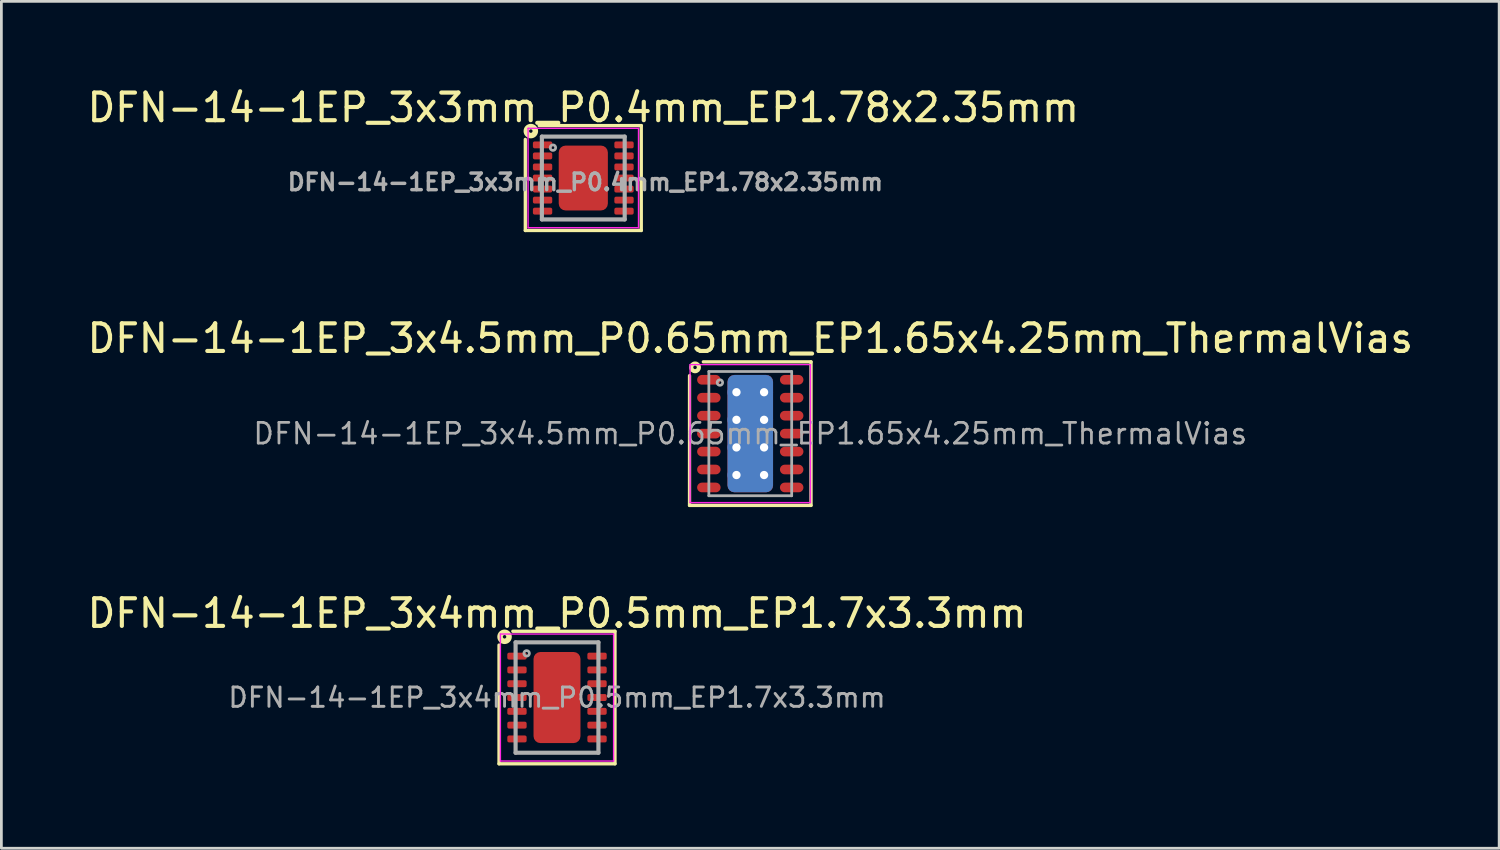
<source format=kicad_pcb>
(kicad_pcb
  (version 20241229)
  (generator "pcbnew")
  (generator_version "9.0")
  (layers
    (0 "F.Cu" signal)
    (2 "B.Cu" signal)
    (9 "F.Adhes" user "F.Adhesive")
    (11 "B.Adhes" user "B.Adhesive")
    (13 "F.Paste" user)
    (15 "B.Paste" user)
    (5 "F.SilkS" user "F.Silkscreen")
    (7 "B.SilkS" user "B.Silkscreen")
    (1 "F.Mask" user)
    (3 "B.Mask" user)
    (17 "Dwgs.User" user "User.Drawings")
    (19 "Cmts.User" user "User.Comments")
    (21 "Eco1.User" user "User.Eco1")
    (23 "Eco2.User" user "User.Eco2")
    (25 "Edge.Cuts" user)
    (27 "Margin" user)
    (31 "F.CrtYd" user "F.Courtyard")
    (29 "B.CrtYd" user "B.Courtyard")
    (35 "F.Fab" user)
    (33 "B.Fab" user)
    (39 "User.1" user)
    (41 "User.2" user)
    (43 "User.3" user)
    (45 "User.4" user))
  (footprint "DFN-14-1EP_3x4mm_P0.5mm_EP1.7x3.3mm"
    (layer "F.Cu")
    (at 17.125 22.215)
    (property "Reference" "DFN-14-1EP_3x4mm_P0.5mm_EP1.7x3.3mm" (at 0 -3.05 0) (layer "F.SilkS") (effects (font (size 1 1) (thickness 0.15))))
    (attr smd)
    (fp_line (start -2.1 2.4) (end -2.1 -1.9) (stroke (width 0.12) (type solid)) (layer "F.SilkS"))
    (fp_line (start -1.6 -2.4) (end 2.1 -2.4) (stroke (width 0.12) (type solid)) (layer "F.SilkS"))
    (fp_line (start 2.1 -2.4) (end 2.1 2.4) (stroke (width 0.12) (type solid)) (layer "F.SilkS"))
    (fp_line (start 2.1 2.4) (end -2.1 2.4) (stroke (width 0.12) (type solid)) (layer "F.SilkS"))
    (fp_circle (center -1.9 -2.2) (end -1.837 -2.2) (stroke (width 0.2) (type solid)) (fill no) (layer "F.SilkS"))
    (fp_line (start -2.05 -2.3) (end -2.05 2.3) (stroke (width 0.05) (type solid)) (layer "F.CrtYd"))
    (fp_line (start -2.05 -2.3) (end 2.05 -2.3) (stroke (width 0.05) (type solid)) (layer "F.CrtYd"))
    (fp_line (start -2.05 2.3) (end 2.05 2.3) (stroke (width 0.05) (type solid)) (layer "F.CrtYd"))
    (fp_line (start 2.05 -2.3) (end 2.05 2.3) (stroke (width 0.05) (type solid)) (layer "F.CrtYd"))
    (fp_line (start -1.5 -2) (end 1.5 -2) (stroke (width 0.15) (type solid)) (layer "F.Fab"))
    (fp_line (start -1.5 2) (end -1.5 -2) (stroke (width 0.15) (type solid)) (layer "F.Fab"))
    (fp_line (start 1.5 -2) (end 1.5 2) (stroke (width 0.15) (type solid)) (layer "F.Fab"))
    (fp_line (start 1.5 2) (end -1.5 2) (stroke (width 0.15) (type solid)) (layer "F.Fab"))
    (fp_circle (center -1.1 -1.6) (end -1 -1.6) (stroke (width 0.1) (type solid)) (fill no) (layer "F.Fab"))
    (fp_text user "${REFERENCE}" (at 0 0 0) (layer "F.Fab") (effects (font (size 0.7 0.7) (thickness 0.105))))
    (pad "" smd roundrect (at -0.425 -1.238) (size 0.685 0.67) (layers "F.Paste") (roundrect_rratio 0.25))
    (pad "" smd roundrect (at -0.425 -0.412) (size 0.685 0.67) (layers "F.Paste") (roundrect_rratio 0.25))
    (pad "" smd roundrect (at -0.425 0.412) (size 0.685 0.67) (layers "F.Paste") (roundrect_rratio 0.25))
    (pad "" smd roundrect (at -0.425 1.238) (size 0.685 0.67) (layers "F.Paste") (roundrect_rratio 0.25))
    (pad "" smd roundrect (at 0.425 -1.238) (size 0.685 0.67) (layers "F.Paste") (roundrect_rratio 0.25))
    (pad "" smd roundrect (at 0.425 -0.412) (size 0.685 0.67) (layers "F.Paste") (roundrect_rratio 0.25))
    (pad "" smd roundrect (at 0.425 0.412) (size 0.685 0.67) (layers "F.Paste") (roundrect_rratio 0.25))
    (pad "" smd roundrect (at 0.425 1.238) (size 0.685 0.67) (layers "F.Paste") (roundrect_rratio 0.25))
    (pad "1" smd roundrect (at -1.45 -1.5) (size 0.7 0.25) (layers "F.Cu" "F.Mask" "F.Paste") (roundrect_rratio 0.25))
    (pad "2" smd roundrect (at -1.45 -1) (size 0.7 0.25) (layers "F.Cu" "F.Mask" "F.Paste") (roundrect_rratio 0.25))
    (pad "3" smd roundrect (at -1.45 -0.5) (size 0.7 0.25) (layers "F.Cu" "F.Mask" "F.Paste") (roundrect_rratio 0.25))
    (pad "4" smd roundrect (at -1.45 0) (size 0.7 0.25) (layers "F.Cu" "F.Mask" "F.Paste") (roundrect_rratio 0.25))
    (pad "5" smd roundrect (at -1.45 0.5) (size 0.7 0.25) (layers "F.Cu" "F.Mask" "F.Paste") (roundrect_rratio 0.25))
    (pad "6" smd roundrect (at -1.45 1) (size 0.7 0.25) (layers "F.Cu" "F.Mask" "F.Paste") (roundrect_rratio 0.25))
    (pad "7" smd roundrect (at -1.45 1.5) (size 0.7 0.25) (layers "F.Cu" "F.Mask" "F.Paste") (roundrect_rratio 0.25))
    (pad "8" smd roundrect (at 1.45 1.5) (size 0.7 0.25) (layers "F.Cu" "F.Mask" "F.Paste") (roundrect_rratio 0.25))
    (pad "9" smd roundrect (at 1.45 1) (size 0.7 0.25) (layers "F.Cu" "F.Mask" "F.Paste") (roundrect_rratio 0.25))
    (pad "10" smd roundrect (at 1.45 0.5) (size 0.7 0.25) (layers "F.Cu" "F.Mask" "F.Paste") (roundrect_rratio 0.25))
    (pad "11" smd roundrect (at 1.45 0) (size 0.7 0.25) (layers "F.Cu" "F.Mask" "F.Paste") (roundrect_rratio 0.25))
    (pad "12" smd roundrect (at 1.45 -0.5) (size 0.7 0.25) (layers "F.Cu" "F.Mask" "F.Paste") (roundrect_rratio 0.25))
    (pad "13" smd roundrect (at 1.45 -1) (size 0.7 0.25) (layers "F.Cu" "F.Mask" "F.Paste") (roundrect_rratio 0.25))
    (pad "14" smd roundrect (at 1.45 -1.5) (size 0.7 0.25) (layers "F.Cu" "F.Mask" "F.Paste") (roundrect_rratio 0.25))
    (pad "15" smd roundrect (at 0 0) (size 1.7 3.3) (layers "F.Cu" "F.Mask") (roundrect_rratio 0.147)))
  (footprint "DFN-14-1EP_3x4.5mm_P0.65mm_EP1.65x4.25mm_ThermalVias"
    (layer "F.Cu")
    (at 24.125 12.656)
    (property "Reference" "DFN-14-1EP_3x4.5mm_P0.65mm_EP1.65x4.25mm_ThermalVias" (at 0 -3.45 0) (layer "F.SilkS") (effects (font (size 1 1) (thickness 0.15))))
    (attr smd)
    (fp_line (start -2.2 2.6) (end -2.2 -2.1) (stroke (width 0.12) (type solid)) (layer "F.SilkS"))
    (fp_line (start -1.7 -2.6) (end 2.2 -2.6) (stroke (width 0.12) (type solid)) (layer "F.SilkS"))
    (fp_line (start 2.2 -2.6) (end 2.2 2.6) (stroke (width 0.12) (type solid)) (layer "F.SilkS"))
    (fp_line (start 2.2 2.6) (end -2.2 2.6) (stroke (width 0.12) (type solid)) (layer "F.SilkS"))
    (fp_circle (center -2 -2.4) (end -1.936 -2.4) (stroke (width 0.15) (type solid)) (fill no) (layer "F.SilkS"))
    (fp_line (start -2.18 -2.5) (end -2.18 2.5) (stroke (width 0.05) (type solid)) (layer "F.CrtYd"))
    (fp_line (start -2.18 2.5) (end 2.18 2.5) (stroke (width 0.05) (type solid)) (layer "F.CrtYd"))
    (fp_line (start 2.18 -2.5) (end -2.18 -2.5) (stroke (width 0.05) (type solid)) (layer "F.CrtYd"))
    (fp_line (start 2.18 2.5) (end 2.18 -2.5) (stroke (width 0.05) (type solid)) (layer "F.CrtYd"))
    (fp_line (start -1.5 2.25) (end -1.5 -2.25) (stroke (width 0.1) (type solid)) (layer "F.Fab"))
    (fp_line (start -1.5 2.25) (end 1.5 2.25) (stroke (width 0.1) (type solid)) (layer "F.Fab"))
    (fp_line (start 1.5 -2.25) (end -1.5 -2.25) (stroke (width 0.1) (type solid)) (layer "F.Fab"))
    (fp_line (start 1.5 2.25) (end 1.5 -2.25) (stroke (width 0.1) (type solid)) (layer "F.Fab"))
    (fp_circle (center -1.1 -1.85) (end -1 -1.85) (stroke (width 0.1) (type solid)) (fill no) (layer "F.Fab"))
    (fp_text user "${REFERENCE}" (at 0 0 0) (layer "F.Fab") (effects (font (size 0.75 0.75) (thickness 0.1))))
    (pad "" smd roundrect (at -0.45 -1.8) (size 0.7 0.7) (layers "F.Paste") (roundrect_rratio 0.25))
    (pad "" smd roundrect (at -0.45 -0.9) (size 0.7 0.7) (layers "F.Paste") (roundrect_rratio 0.25))
    (pad "" smd roundrect (at -0.45 0) (size 0.7 0.7) (layers "F.Paste") (roundrect_rratio 0.25))
    (pad "" smd roundrect (at -0.45 0.9) (size 0.7 0.7) (layers "F.Paste") (roundrect_rratio 0.25))
    (pad "" smd roundrect (at -0.45 1.8) (size 0.7 0.7) (layers "F.Paste") (roundrect_rratio 0.25))
    (pad "" smd roundrect (at 0.45 -1.8) (size 0.7 0.7) (layers "F.Paste") (roundrect_rratio 0.25))
    (pad "" smd roundrect (at 0.45 -0.9) (size 0.7 0.7) (layers "F.Paste") (roundrect_rratio 0.25))
    (pad "" smd roundrect (at 0.45 0) (size 0.7 0.7) (layers "F.Paste") (roundrect_rratio 0.25))
    (pad "" smd roundrect (at 0.45 0.9) (size 0.7 0.7) (layers "F.Paste") (roundrect_rratio 0.25))
    (pad "" smd roundrect (at 0.45 1.8) (size 0.7 0.7) (layers "F.Paste") (roundrect_rratio 0.25))
    (pad "1" smd oval (at -1.5 -1.95) (size 0.85 0.35) (layers "F.Cu" "F.Mask" "F.Paste"))
    (pad "2" smd oval (at -1.5 -1.3) (size 0.85 0.35) (layers "F.Cu" "F.Mask" "F.Paste"))
    (pad "3" smd oval (at -1.5 -0.65) (size 0.85 0.35) (layers "F.Cu" "F.Mask" "F.Paste"))
    (pad "4" smd oval (at -1.5 0) (size 0.85 0.35) (layers "F.Cu" "F.Mask" "F.Paste"))
    (pad "5" smd oval (at -1.5 0.65) (size 0.85 0.35) (layers "F.Cu" "F.Mask" "F.Paste"))
    (pad "6" smd oval (at -1.5 1.3) (size 0.85 0.35) (layers "F.Cu" "F.Mask" "F.Paste"))
    (pad "7" smd oval (at -1.5 1.95) (size 0.85 0.35) (layers "F.Cu" "F.Mask" "F.Paste"))
    (pad "8" smd oval (at 1.5 1.95) (size 0.85 0.35) (layers "F.Cu" "F.Mask" "F.Paste"))
    (pad "9" smd oval (at 1.5 1.3) (size 0.85 0.35) (layers "F.Cu" "F.Mask" "F.Paste"))
    (pad "10" smd oval (at 1.5 0.65) (size 0.85 0.35) (layers "F.Cu" "F.Mask" "F.Paste"))
    (pad "11" smd oval (at 1.5 0) (size 0.85 0.35) (layers "F.Cu" "F.Mask" "F.Paste"))
    (pad "12" smd oval (at 1.5 -0.65) (size 0.85 0.35) (layers "F.Cu" "F.Mask" "F.Paste"))
    (pad "13" smd oval (at 1.5 -1.3) (size 0.85 0.35) (layers "F.Cu" "F.Mask" "F.Paste"))
    (pad "14" smd oval (at 1.5 -1.95) (size 0.85 0.35) (layers "F.Cu" "F.Mask" "F.Paste"))
    (pad "15" thru_hole circle (at -0.5 -1.5) (size 0.65 0.65) (drill 0.3) (property pad_prop_heatsink) (layers "*.Cu" "*.Mask"))
    (pad "15" thru_hole circle (at -0.5 -0.5) (size 0.65 0.65) (drill 0.3) (property pad_prop_heatsink) (layers "*.Cu" "*.Mask"))
    (pad "15" thru_hole circle (at -0.5 0.5) (size 0.65 0.65) (drill 0.3) (property pad_prop_heatsink) (layers "*.Cu" "*.Mask"))
    (pad "15" thru_hole circle (at -0.5 1.5) (size 0.65 0.65) (drill 0.3) (property pad_prop_heatsink) (layers "*.Cu" "*.Mask"))
    (pad "15" smd roundrect (at 0 0) (size 1.65 4.25) (layers "F.Cu" "F.Mask") (roundrect_rratio 0.152))
    (pad "15" smd roundrect (at 0 0) (size 1.65 4.25) (layers "B.Cu" "B.Mask") (roundrect_rratio 0.152))
    (pad "15" thru_hole circle (at 0.5 -1.5) (size 0.65 0.65) (drill 0.3) (property pad_prop_heatsink) (layers "*.Cu" "*.Mask"))
    (pad "15" thru_hole circle (at 0.5 -0.5) (size 0.65 0.65) (drill 0.3) (property pad_prop_heatsink) (layers "*.Cu" "*.Mask"))
    (pad "15" thru_hole circle (at 0.5 0.5) (size 0.65 0.65) (drill 0.3) (property pad_prop_heatsink) (layers "*.Cu" "*.Mask"))
    (pad "15" thru_hole circle (at 0.5 1.5) (size 0.65 0.65) (drill 0.3) (property pad_prop_heatsink) (layers "*.Cu" "*.Mask")))
  (footprint "DFN-14-1EP_3x3mm_P0.4mm_EP1.78x2.35mm"
    (layer "F.Cu")
    (at 18.077 3.398)
    (property "Reference" "DFN-14-1EP_3x3mm_P0.4mm_EP1.78x2.35mm" (at 0 -2.55 0) (layer "F.SilkS") (effects (font (size 1 1) (thickness 0.15))))
    (attr smd)
    (fp_line (start -2.1 1.9) (end -2.1 -1.4) (stroke (width 0.12) (type solid)) (layer "F.SilkS"))
    (fp_line (start -1.6 -1.9) (end 2.1 -1.9) (stroke (width 0.12) (type solid)) (layer "F.SilkS"))
    (fp_line (start 2.1 -1.9) (end 2.1 1.9) (stroke (width 0.12) (type solid)) (layer "F.SilkS"))
    (fp_line (start 2.1 1.9) (end -2.1 1.9) (stroke (width 0.12) (type solid)) (layer "F.SilkS"))
    (fp_circle (center -1.9 -1.7) (end -1.837 -1.7) (stroke (width 0.2) (type solid)) (fill no) (layer "F.SilkS"))
    (fp_line (start -2 -1.8) (end -2 1.8) (stroke (width 0.05) (type solid)) (layer "F.CrtYd"))
    (fp_line (start -2 -1.8) (end 2 -1.8) (stroke (width 0.05) (type solid)) (layer "F.CrtYd"))
    (fp_line (start -2 1.8) (end 2 1.8) (stroke (width 0.05) (type solid)) (layer "F.CrtYd"))
    (fp_line (start 2 -1.8) (end 2 1.8) (stroke (width 0.05) (type solid)) (layer "F.CrtYd"))
    (fp_line (start -1.5 -1.5) (end 1.5 -1.5) (stroke (width 0.15) (type solid)) (layer "F.Fab"))
    (fp_line (start -1.5 1.5) (end -1.5 -1.5) (stroke (width 0.15) (type solid)) (layer "F.Fab"))
    (fp_line (start 1.5 -1.5) (end 1.5 1.5) (stroke (width 0.15) (type solid)) (layer "F.Fab"))
    (fp_line (start 1.5 1.5) (end -1.5 1.5) (stroke (width 0.15) (type solid)) (layer "F.Fab"))
    (fp_circle (center -1.1 -1.1) (end -1 -1.1) (stroke (width 0.1) (type solid)) (fill no) (layer "F.Fab"))
    (fp_text user "${REFERENCE}" (at 0.075 0.15 0) (layer "F.Fab") (effects (font (size 0.6 0.6) (thickness 0.125))))
    (pad "" smd roundrect (at -0.445 -0.588) (size 0.7 0.97) (layers "F.Paste") (roundrect_rratio 0.25))
    (pad "" smd roundrect (at -0.445 0.588) (size 0.7 0.97) (layers "F.Paste") (roundrect_rratio 0.25))
    (pad "" smd roundrect (at 0.45 -0.588) (size 0.7 0.97) (layers "F.Paste") (roundrect_rratio 0.25))
    (pad "" smd roundrect (at 0.45 0.588) (size 0.7 0.97) (layers "F.Paste") (roundrect_rratio 0.25))
    (pad "1" smd roundrect (at -1.475 -1.2) (size 0.7 0.25) (layers "F.Cu" "F.Mask" "F.Paste") (roundrect_rratio 0.25))
    (pad "2" smd roundrect (at -1.475 -0.8) (size 0.7 0.25) (layers "F.Cu" "F.Mask" "F.Paste") (roundrect_rratio 0.25))
    (pad "3" smd roundrect (at -1.475 -0.4) (size 0.7 0.25) (layers "F.Cu" "F.Mask" "F.Paste") (roundrect_rratio 0.25))
    (pad "4" smd roundrect (at -1.475 0) (size 0.7 0.25) (layers "F.Cu" "F.Mask" "F.Paste") (roundrect_rratio 0.25))
    (pad "5" smd roundrect (at -1.475 0.4) (size 0.7 0.25) (layers "F.Cu" "F.Mask" "F.Paste") (roundrect_rratio 0.25))
    (pad "6" smd roundrect (at -1.475 0.8) (size 0.7 0.25) (layers "F.Cu" "F.Mask" "F.Paste") (roundrect_rratio 0.25))
    (pad "7" smd roundrect (at -1.475 1.2) (size 0.7 0.25) (layers "F.Cu" "F.Mask" "F.Paste") (roundrect_rratio 0.25))
    (pad "8" smd roundrect (at 1.475 1.2) (size 0.7 0.25) (layers "F.Cu" "F.Mask" "F.Paste") (roundrect_rratio 0.25))
    (pad "9" smd roundrect (at 1.475 0.8) (size 0.7 0.25) (layers "F.Cu" "F.Mask" "F.Paste") (roundrect_rratio 0.25))
    (pad "10" smd roundrect (at 1.475 0.4) (size 0.7 0.25) (layers "F.Cu" "F.Mask" "F.Paste") (roundrect_rratio 0.25))
    (pad "11" smd roundrect (at 1.475 0) (size 0.7 0.25) (layers "F.Cu" "F.Mask" "F.Paste") (roundrect_rratio 0.25))
    (pad "12" smd roundrect (at 1.475 -0.4) (size 0.7 0.25) (layers "F.Cu" "F.Mask" "F.Paste") (roundrect_rratio 0.25))
    (pad "13" smd roundrect (at 1.475 -0.8) (size 0.7 0.25) (layers "F.Cu" "F.Mask" "F.Paste") (roundrect_rratio 0.25))
    (pad "14" smd roundrect (at 1.475 -1.2) (size 0.7 0.25) (layers "F.Cu" "F.Mask" "F.Paste") (roundrect_rratio 0.25))
    (pad "15" smd roundrect (at 0 0) (size 1.78 2.35) (layers "F.Cu" "F.Mask") (roundrect_rratio 0.14)))
  (gr_rect
    (start -3 -3)
    (end 51.25 27.675)
    (stroke (width 0.1) (type default))
    (fill no)
    (layer "Edge.Cuts")))
</source>
